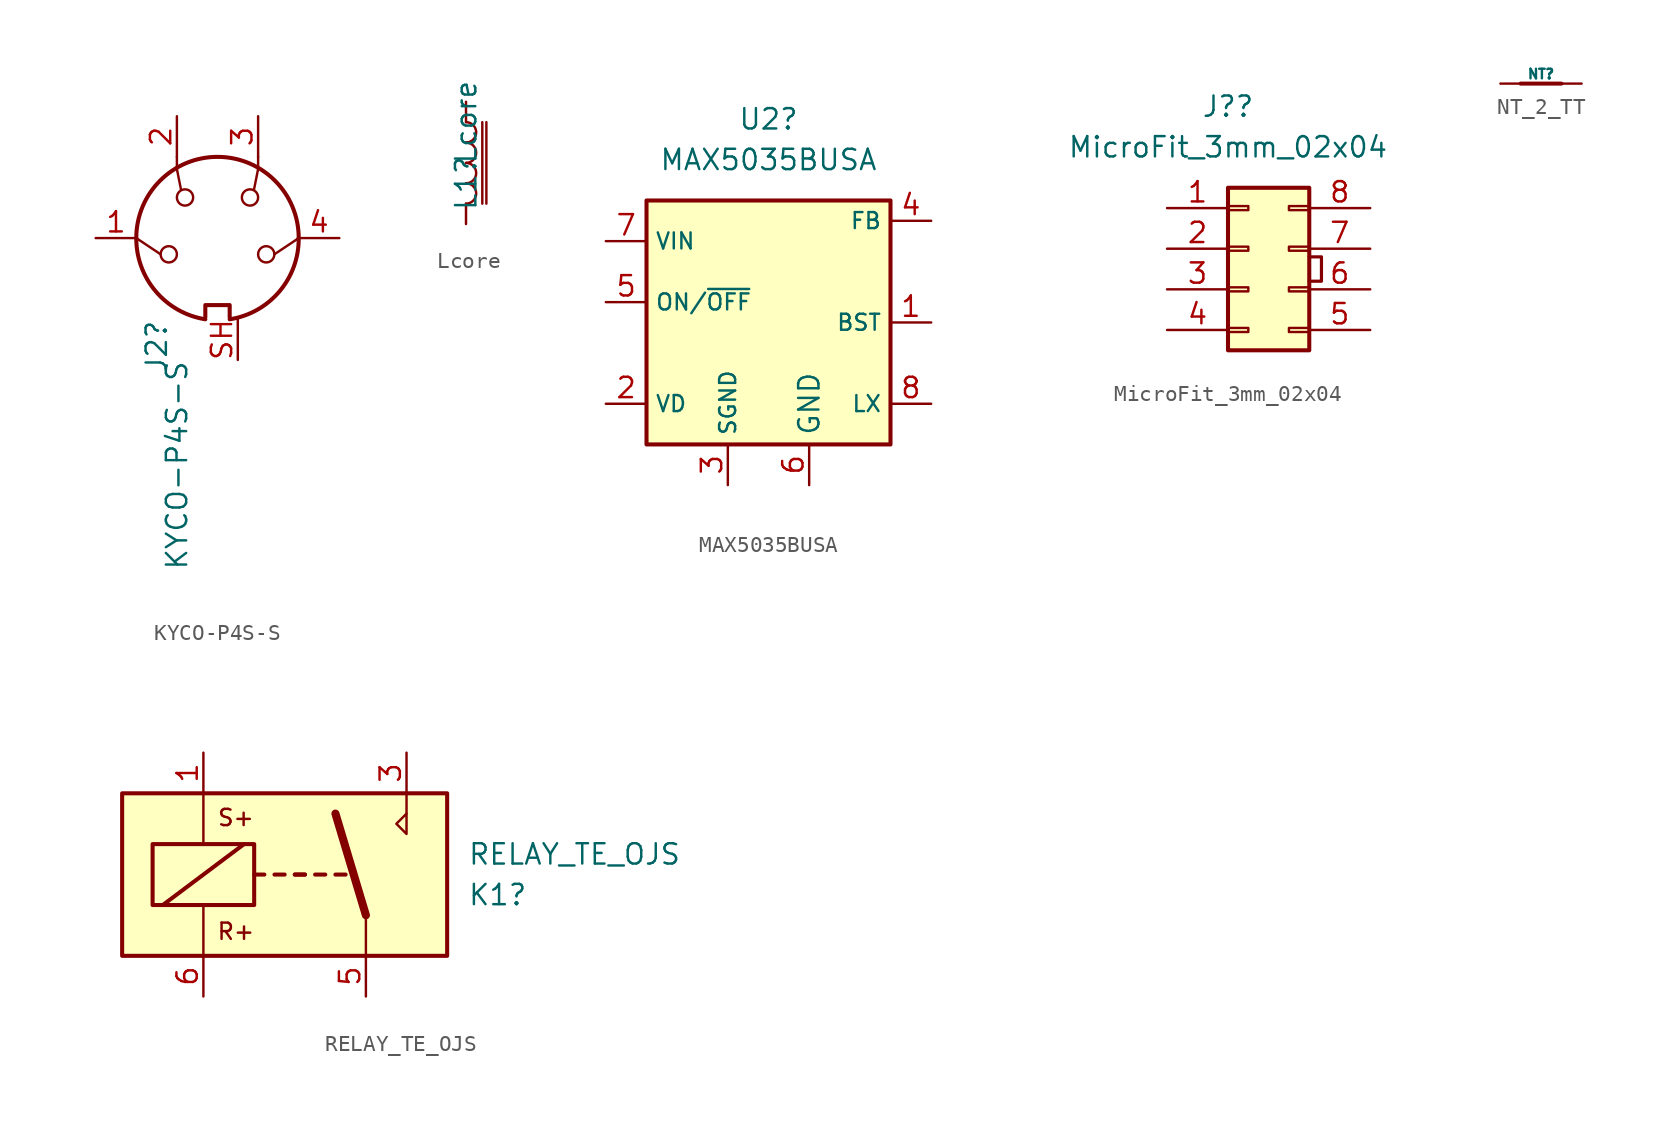
<source format=kicad_sym>
(kicad_symbol_lib
  (version 20211014)
  (generator kicad_symbol_editor)
  (symbol "KYCO-P4S-S"
    (pin_names
      (offset 1.016))
    (property "Reference" "J2"
      (at -3.81 -5.08 90)
      (effects (font (size 1.27 1.27)) (justify right)))
    (property "Value" "KYCO-P4S-S"
      (at -2.54 -7.62 90)
      (effects (font (size 1.27 1.27)) (justify right)))
    (symbol "KYCO-P4S-S_0_1"
      (arc (start -5.08 0) (mid -3.8597 -3.3379) (end -0.762 -5.08) (stroke (width 0.254) (type default) (color 0 0 0 0)) (fill (type none)))
      (circle (center -3.048 -1.016) (radius 0.508) (stroke (width 0) (type default) (color 0 0 0 0)) (fill (type none)))
      (circle (center -2.032 2.54) (radius 0.508) (stroke (width 0) (type default) (color 0 0 0 0)) (fill (type none)))
      (polyline (pts (xy -3.556 -1.016) (xy -5.08 0)) (stroke (width 0) (type default) (color 0 0 0 0)) (fill (type none)))
      (polyline (pts (xy 5.08 0) (xy 3.556 -1.016)) (stroke (width 0) (type default) (color 0 0 0 0)) (fill (type none)))
      (polyline (pts (xy -2.54 5.08) (xy -2.54 4.318) (xy -2.286 3.048)) (stroke (width 0) (type default) (color 0 0 0 0)) (fill (type none)))
      (polyline (pts (xy 2.54 5.08) (xy 2.54 4.318) (xy 2.286 3.048)) (stroke (width 0) (type default) (color 0 0 0 0)) (fill (type none)))
      (polyline (pts (xy -0.762 -4.953) (xy -0.762 -4.191) (xy 0.762 -4.191) (xy 0.762 -4.953)) (stroke (width 0.254) (type default) (color 0 0 0 0)) (fill (type none)))
      (arc (start 0.762 -5.08) (mid 3.8673 -3.3444) (end 5.08 0) (stroke (width 0.254) (type default) (color 0 0 0 0)) (fill (type none)))
      (circle (center 2.032 2.54) (radius 0.508) (stroke (width 0) (type default) (color 0 0 0 0)) (fill (type none)))
      (circle (center 3.048 -1.016) (radius 0.508) (stroke (width 0) (type default) (color 0 0 0 0)) (fill (type none)))
      (arc (start 5.08 0) (mid 0 5.08) (end -5.08 0) (stroke (width 0.254) (type default) (color 0 0 0 0)) (fill (type none))))
    (symbol "KYCO-P4S-S_1_1"
      (pin passive line (at -7.62 0 0) (length 2.54) (name "~" (effects (font (size 1.27 1.27)))) (number "1" (effects (font (size 1.27 1.27)))))
      (pin passive line (at -2.54 7.62 270) (length 2.54) (name "~" (effects (font (size 1.27 1.27)))) (number "2" (effects (font (size 1.27 1.27)))))
      (pin passive line (at 2.54 7.62 270) (length 2.54) (name "~" (effects (font (size 1.27 1.27)))) (number "3" (effects (font (size 1.27 1.27)))))
      (pin passive line (at 7.62 0 180) (length 2.54) (name "~" (effects (font (size 1.27 1.27)))) (number "4" (effects (font (size 1.27 1.27)))))
      (pin passive line (at 1.27 -7.62 90) (length 2.54) (name "" (effects (font (size 1.27 1.27)))) (number "SH" (effects (font (size 1.27 1.27)))))))
  (symbol "Lcore"
    (pin_numbers hide)
    (pin_names
      (offset 1.016) hide)
    (property "Reference" "L1"
      (at 0 -1.27 90)
      (effects (font (size 1.27 1.27))))
    (property "Value" "Lcore"
      (at 0 2.54 90)
      (effects (font (size 1.27 1.27))))
    (symbol "Lcore_0_1"
      (arc (start 0 -2.54) (mid 0.635 -1.905) (end 0 -1.27) (stroke (width 0) (type default) (color 0 0 0 0)) (fill (type none)))
      (arc (start 0 -1.27) (mid 0.635 -0.635) (end 0 0) (stroke (width 0) (type default) (color 0 0 0 0)) (fill (type none)))
      (polyline (pts (xy 1.016 2.54) (xy 1.016 -2.54)) (stroke (width 0) (type default) (color 0 0 0 0)) (fill (type none)))
      (polyline (pts (xy 1.27 2.54) (xy 1.27 -2.54)) (stroke (width 0) (type default) (color 0 0 0 0)) (fill (type none)))
      (arc (start 0 0) (mid 0.635 0.635) (end 0 1.27) (stroke (width 0) (type default) (color 0 0 0 0)) (fill (type none)))
      (arc (start 0 1.27) (mid 0.635 1.905) (end 0 2.54) (stroke (width 0) (type default) (color 0 0 0 0)) (fill (type none))))
    (symbol "Lcore_1_1"
      (pin passive line (at 0 3.81 270) (length 1.27) (name "1" (effects (font (size 1.27 1.27)))) (number "1" (effects (font (size 1.27 1.27)))))
      (pin passive line (at 0 -3.81 90) (length 1.27) (name "2" (effects (font (size 1.27 1.27)))) (number "2" (effects (font (size 1.27 1.27)))))))
  (symbol "MAX5035BUSA"
    (property "Reference" "U2"
      (at 0 12.7 0)
      (effects (font (size 1.27 1.27))))
    (property "Value" "MAX5035BUSA"
      (at 0 10.16 0)
      (effects (font (size 1.27 1.27))))
    (symbol "MAX5035BUSA_0_1"
      (rectangle (start -7.62 7.62) (end 7.62 -7.62) (stroke (width 0.254) (type default) (color 0 0 0 0)) (fill (type background))))
    (symbol "MAX5035BUSA_1_1"
      (pin passive line (at 10.16 0 180) (length 2.54) (name "BST" (effects (font (size 1 1)))) (number "1" (effects (font (size 1.27 1.27)))))
      (pin passive line (at -10.16 -5.08 0) (length 2.54) (name "VD" (effects (font (size 1 1)))) (number "2" (effects (font (size 1.27 1.27)))))
      (pin power_in line (at -2.54 -10.16 90) (length 2.54) (name "SGND" (effects (font (size 1 1)))) (number "3" (effects (font (size 1.27 1.27)))))
      (pin input line (at 10.16 6.35 180) (length 2.54) (name "FB" (effects (font (size 1 1)))) (number "4" (effects (font (size 1.27 1.27)))))
      (pin input line (at -10.16 1.27 0) (length 2.54) (name "ON/~{OFF}" (effects (font (size 1 1)))) (number "5" (effects (font (size 1.27 1.27)))))
      (pin power_in line (at 2.54 -10.16 90) (length 2.54) (name "GND" (effects (font (size 1.27 1.27)))) (number "6" (effects (font (size 1.27 1.27)))))
      (pin power_in line (at -10.16 5.08 0) (length 2.54) (name "VIN" (effects (font (size 1 1)))) (number "7" (effects (font (size 1.27 1.27)))))
      (pin output line (at 10.16 -5.08 180) (length 2.54) (name "LX" (effects (font (size 1 1)))) (number "8" (effects (font (size 1.27 1.27)))))))
  (symbol "MicroFit_3mm_02x04"
    (pin_names
      (offset 1.016) hide)
    (property "Reference" "J?"
      (at -1.27 8.89 0)
      (effects (font (size 1.27 1.27))))
    (property "Value" "MicroFit_3mm_02x04"
      (at -1.27 6.35 0)
      (effects (font (size 1.27 1.27))))
    (symbol "MicroFit_3mm_02x04_0_1"
      (polyline (pts (xy 3.81 -0.508) (xy 4.572 -0.508) (xy 4.572 -2.032) (xy 3.81 -2.032)) (stroke (width 0.2) (type default) (color 0 0 0 0)) (fill (type none))))
    (symbol "MicroFit_3mm_02x04_1_1"
      (rectangle (start -1.27 -4.953) (end 0 -5.207) (stroke (width 0.152) (type default) (color 0 0 0 0)) (fill (type none)))
      (rectangle (start -1.27 -2.413) (end 0 -2.667) (stroke (width 0.152) (type default) (color 0 0 0 0)) (fill (type none)))
      (rectangle (start -1.27 0.127) (end 0 -0.127) (stroke (width 0.152) (type default) (color 0 0 0 0)) (fill (type none)))
      (rectangle (start -1.27 2.667) (end 0 2.413) (stroke (width 0.152) (type default) (color 0 0 0 0)) (fill (type none)))
      (rectangle (start -1.27 3.81) (end 3.81 -6.35) (stroke (width 0.254) (type default) (color 0 0 0 0)) (fill (type background)))
      (rectangle (start 3.81 -4.953) (end 2.54 -5.207) (stroke (width 0.152) (type default) (color 0 0 0 0)) (fill (type none)))
      (rectangle (start 3.81 -2.413) (end 2.54 -2.667) (stroke (width 0.152) (type default) (color 0 0 0 0)) (fill (type none)))
      (rectangle (start 3.81 0.127) (end 2.54 -0.127) (stroke (width 0.152) (type default) (color 0 0 0 0)) (fill (type none)))
      (rectangle (start 3.81 2.667) (end 2.54 2.413) (stroke (width 0.152) (type default) (color 0 0 0 0)) (fill (type none)))
      (pin passive line (at -5.08 2.54 0) (length 3.81) (name "Pin_1" (effects (font (size 1.27 1.27)))) (number "1" (effects (font (size 1.27 1.27)))))
      (pin passive line (at -5.08 0 0) (length 3.81) (name "Pin_2" (effects (font (size 1.27 1.27)))) (number "2" (effects (font (size 1.27 1.27)))))
      (pin passive line (at -5.08 -2.54 0) (length 3.81) (name "Pin_3" (effects (font (size 1.27 1.27)))) (number "3" (effects (font (size 1.27 1.27)))))
      (pin passive line (at -5.08 -5.08 0) (length 3.81) (name "Pin_4" (effects (font (size 1.27 1.27)))) (number "4" (effects (font (size 1.27 1.27)))))
      (pin passive line (at 7.62 -5.08 180) (length 3.81) (name "Pin_5" (effects (font (size 1.27 1.27)))) (number "5" (effects (font (size 1.27 1.27)))))
      (pin passive line (at 7.62 -2.54 180) (length 3.81) (name "Pin_6" (effects (font (size 1.27 1.27)))) (number "6" (effects (font (size 1.27 1.27)))))
      (pin passive line (at 7.62 0 180) (length 3.81) (name "Pin_7" (effects (font (size 1.27 1.27)))) (number "7" (effects (font (size 1.27 1.27)))))
      (pin passive line (at 7.62 2.54 180) (length 3.81) (name "Pin_8" (effects (font (size 1.27 1.27)))) (number "8" (effects (font (size 1.27 1.27)))))))
  (symbol "NT_2_TT"
    (pin_numbers hide)
    (pin_names
      (offset 0) hide)
    (property "Reference" "NT"
      (at 0 0.6 0)
      (effects (font (size 0.6 0.6))))
    (symbol "NT_2_TT_0_1"
      (polyline (pts (xy -1.27 0) (xy 1.27 0)) (stroke (width 0.254) (type default) (color 0 0 0 0)) (fill (type none))))
    (symbol "NT_2_TT_1_1"
      (pin passive line (at -2.54 0 0) (length 2.54) (name "1" (effects (font (size 1.27 1.27)))) (number "1" (effects (font (size 1.27 1.27)))))
      (pin passive line (at 2.54 0 180) (length 2.54) (name "2" (effects (font (size 1.27 1.27)))) (number "2" (effects (font (size 1.27 1.27)))))))
  (symbol "RELAY_TE_OJS"
    (property "Reference" "K1"
      (at 11.43 -1.27 0)
      (effects (font (size 1.27 1.27)) (justify left)))
    (property "Value" "RELAY_TE_OJS"
      (at 11.43 1.27 0)
      (effects (font (size 1.27 1.27)) (justify left)))
    (symbol "RELAY_TE_OJS_1_1"
      (rectangle (start -10.16 5.08) (end 10.16 -5.08) (stroke (width 0.254) (type default) (color 0 0 0 0)) (fill (type background)))
      (rectangle (start -8.255 1.905) (end -1.905 -1.905) (stroke (width 0.254) (type default) (color 0 0 0 0)) (fill (type none)))
      (polyline (pts (xy -7.62 -1.905) (xy -2.54 1.905)) (stroke (width 0.254) (type default) (color 0 0 0 0)) (fill (type none)))
      (polyline (pts (xy -5.08 -5.08) (xy -5.08 -1.905)) (stroke (width 0) (type default) (color 0 0 0 0)) (fill (type none)))
      (polyline (pts (xy -5.08 5.08) (xy -5.08 1.905)) (stroke (width 0) (type default) (color 0 0 0 0)) (fill (type none)))
      (polyline (pts (xy -1.905 0) (xy -1.27 0)) (stroke (width 0.254) (type default) (color 0 0 0 0)) (fill (type none)))
      (polyline (pts (xy -0.635 0) (xy 0 0)) (stroke (width 0.254) (type default) (color 0 0 0 0)) (fill (type none)))
      (polyline (pts (xy 0.635 0) (xy 1.27 0)) (stroke (width 0.254) (type default) (color 0 0 0 0)) (fill (type none)))
      (polyline (pts (xy 0.635 0) (xy 1.27 0)) (stroke (width 0.254) (type default) (color 0 0 0 0)) (fill (type none)))
      (polyline (pts (xy 1.905 0) (xy 2.54 0)) (stroke (width 0.254) (type default) (color 0 0 0 0)) (fill (type none)))
      (polyline (pts (xy 3.175 0) (xy 3.81 0)) (stroke (width 0.254) (type default) (color 0 0 0 0)) (fill (type none)))
      (polyline (pts (xy 5.08 -2.54) (xy 3.175 3.81)) (stroke (width 0.508) (type default) (color 0 0 0 0)) (fill (type none)))
      (polyline (pts (xy 5.08 -2.54) (xy 5.08 -5.08)) (stroke (width 0) (type default) (color 0 0 0 0)) (fill (type none)))
      (polyline (pts (xy 7.62 3.81) (xy 7.62 5.08)) (stroke (width 0) (type default) (color 0 0 0 0)) (fill (type none)))
      (polyline (pts (xy 7.62 3.81) (xy 7.62 2.54) (xy 6.985 3.175) (xy 7.62 3.81)) (stroke (width 0) (type default) (color 0 0 0 0)) (fill (type none)))
      (text "R+" (at -3.048 -3.556 0) (effects (font (size 1.016 1.016))))
      (text "S+" (at -3.048 3.556 0) (effects (font (size 1.016 1.016))))
      (pin passive line (at -5.08 7.62 270) (length 2.54) (name "~" (effects (font (size 1.27 1.27)))) (number "1" (effects (font (size 1.27 1.27)))))
      (pin passive line (at 7.62 7.62 270) (length 2.54) (name "~" (effects (font (size 1.27 1.27)))) (number "3" (effects (font (size 1.27 1.27)))))
      (pin passive line (at 5.08 -7.62 90) (length 2.54) (name "~" (effects (font (size 1.27 1.27)))) (number "5" (effects (font (size 1.27 1.27)))))
      (pin passive line (at -5.08 -7.62 90) (length 2.54) (name "~" (effects (font (size 1.27 1.27)))) (number "6" (effects (font (size 1.27 1.27))))))))
</source>
